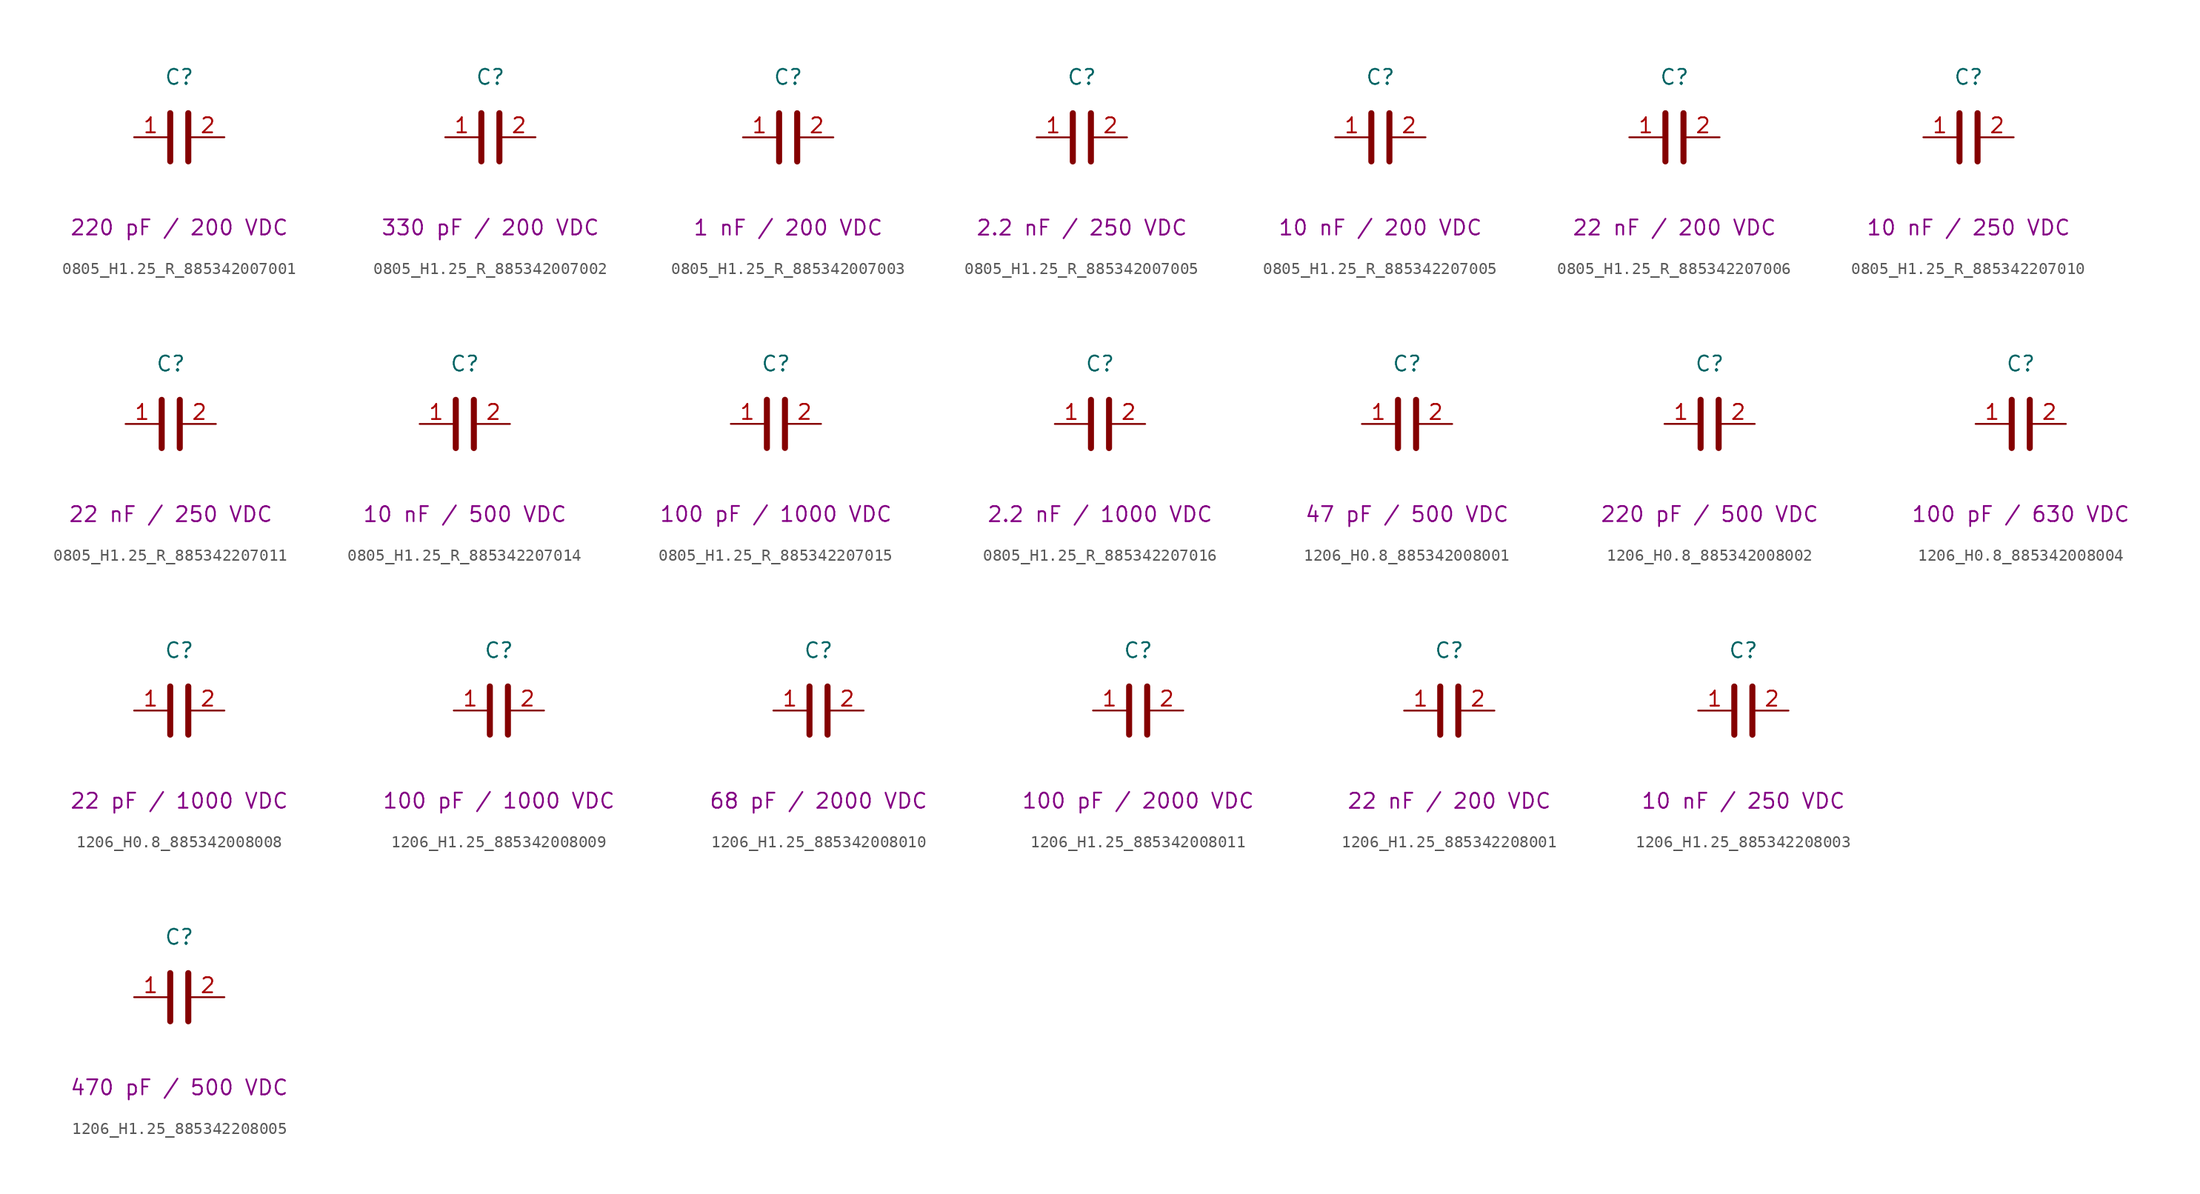
<source format=kicad_sym>
(kicad_symbol_lib
  (version 20220914)
  (generator kicad_symbol_editor)
  (symbol "0805_H1.25_R_885342007001"
    (pin_names hide)
    (property "Reference" "C"
      (at 0 5.08 0)
      (effects (font (size 1.27 1.27))))
    (property "Critical Parameter" "220 pF / 200 VDC"
      (at 0 -7.62 0)
      (effects (font (size 1.27 1.27))))
    (symbol "0805_H1.25_R_885342007001_0_1"
      (polyline (pts (xy -0.762 -2.032) (xy -0.762 2.032)) (stroke (width 0.508) (type default)) (fill (type none)))
      (polyline (pts (xy 0.762 -2.032) (xy 0.762 2.032)) (stroke (width 0.508) (type default)) (fill (type none))))
    (symbol "0805_H1.25_R_885342007001_1_1"
      (pin passive line (at -3.81 0 0) (length 2.794) (name "1" (effects (font (size 1.27 1.27)))) (number "1" (effects (font (size 1.27 1.27)))))
      (pin passive line (at 3.81 0 180) (length 2.794) (name "2" (effects (font (size 1.27 1.27)))) (number "2" (effects (font (size 1.27 1.27)))))))
  (symbol "0805_H1.25_R_885342007002"
    (pin_names hide)
    (property "Reference" "C"
      (at 0 5.08 0)
      (effects (font (size 1.27 1.27))))
    (property "Critical Parameter" "330 pF / 200 VDC"
      (at 0 -7.62 0)
      (effects (font (size 1.27 1.27))))
    (symbol "0805_H1.25_R_885342007002_0_1"
      (polyline (pts (xy -0.762 -2.032) (xy -0.762 2.032)) (stroke (width 0.508) (type default)) (fill (type none)))
      (polyline (pts (xy 0.762 -2.032) (xy 0.762 2.032)) (stroke (width 0.508) (type default)) (fill (type none))))
    (symbol "0805_H1.25_R_885342007002_1_1"
      (pin passive line (at -3.81 0 0) (length 2.794) (name "1" (effects (font (size 1.27 1.27)))) (number "1" (effects (font (size 1.27 1.27)))))
      (pin passive line (at 3.81 0 180) (length 2.794) (name "2" (effects (font (size 1.27 1.27)))) (number "2" (effects (font (size 1.27 1.27)))))))
  (symbol "0805_H1.25_R_885342007003"
    (pin_names hide)
    (property "Reference" "C"
      (at 0 5.08 0)
      (effects (font (size 1.27 1.27))))
    (property "Critical Parameter" "1 nF / 200 VDC"
      (at 0 -7.62 0)
      (effects (font (size 1.27 1.27))))
    (symbol "0805_H1.25_R_885342007003_0_1"
      (polyline (pts (xy -0.762 -2.032) (xy -0.762 2.032)) (stroke (width 0.508) (type default)) (fill (type none)))
      (polyline (pts (xy 0.762 -2.032) (xy 0.762 2.032)) (stroke (width 0.508) (type default)) (fill (type none))))
    (symbol "0805_H1.25_R_885342007003_1_1"
      (pin passive line (at -3.81 0 0) (length 2.794) (name "1" (effects (font (size 1.27 1.27)))) (number "1" (effects (font (size 1.27 1.27)))))
      (pin passive line (at 3.81 0 180) (length 2.794) (name "2" (effects (font (size 1.27 1.27)))) (number "2" (effects (font (size 1.27 1.27)))))))
  (symbol "0805_H1.25_R_885342007005"
    (pin_names hide)
    (property "Reference" "C"
      (at 0 5.08 0)
      (effects (font (size 1.27 1.27))))
    (property "Critical Parameter" "2.2 nF / 250 VDC"
      (at 0 -7.62 0)
      (effects (font (size 1.27 1.27))))
    (symbol "0805_H1.25_R_885342007005_0_1"
      (polyline (pts (xy -0.762 -2.032) (xy -0.762 2.032)) (stroke (width 0.508) (type default)) (fill (type none)))
      (polyline (pts (xy 0.762 -2.032) (xy 0.762 2.032)) (stroke (width 0.508) (type default)) (fill (type none))))
    (symbol "0805_H1.25_R_885342007005_1_1"
      (pin passive line (at -3.81 0 0) (length 2.794) (name "1" (effects (font (size 1.27 1.27)))) (number "1" (effects (font (size 1.27 1.27)))))
      (pin passive line (at 3.81 0 180) (length 2.794) (name "2" (effects (font (size 1.27 1.27)))) (number "2" (effects (font (size 1.27 1.27)))))))
  (symbol "0805_H1.25_R_885342207005"
    (pin_names hide)
    (property "Reference" "C"
      (at 0 5.08 0)
      (effects (font (size 1.27 1.27))))
    (property "Critical Parameter" "10 nF / 200 VDC"
      (at 0 -7.62 0)
      (effects (font (size 1.27 1.27))))
    (symbol "0805_H1.25_R_885342207005_0_1"
      (polyline (pts (xy -0.762 -2.032) (xy -0.762 2.032)) (stroke (width 0.508) (type default)) (fill (type none)))
      (polyline (pts (xy 0.762 -2.032) (xy 0.762 2.032)) (stroke (width 0.508) (type default)) (fill (type none))))
    (symbol "0805_H1.25_R_885342207005_1_1"
      (pin passive line (at -3.81 0 0) (length 2.794) (name "1" (effects (font (size 1.27 1.27)))) (number "1" (effects (font (size 1.27 1.27)))))
      (pin passive line (at 3.81 0 180) (length 2.794) (name "2" (effects (font (size 1.27 1.27)))) (number "2" (effects (font (size 1.27 1.27)))))))
  (symbol "0805_H1.25_R_885342207006"
    (pin_names hide)
    (property "Reference" "C"
      (at 0 5.08 0)
      (effects (font (size 1.27 1.27))))
    (property "Critical Parameter" "22 nF / 200 VDC"
      (at 0 -7.62 0)
      (effects (font (size 1.27 1.27))))
    (symbol "0805_H1.25_R_885342207006_0_1"
      (polyline (pts (xy -0.762 -2.032) (xy -0.762 2.032)) (stroke (width 0.508) (type default)) (fill (type none)))
      (polyline (pts (xy 0.762 -2.032) (xy 0.762 2.032)) (stroke (width 0.508) (type default)) (fill (type none))))
    (symbol "0805_H1.25_R_885342207006_1_1"
      (pin passive line (at -3.81 0 0) (length 2.794) (name "1" (effects (font (size 1.27 1.27)))) (number "1" (effects (font (size 1.27 1.27)))))
      (pin passive line (at 3.81 0 180) (length 2.794) (name "2" (effects (font (size 1.27 1.27)))) (number "2" (effects (font (size 1.27 1.27)))))))
  (symbol "0805_H1.25_R_885342207010"
    (pin_names hide)
    (property "Reference" "C"
      (at 0 5.08 0)
      (effects (font (size 1.27 1.27))))
    (property "Critical Parameter" "10 nF / 250 VDC"
      (at 0 -7.62 0)
      (effects (font (size 1.27 1.27))))
    (symbol "0805_H1.25_R_885342207010_0_1"
      (polyline (pts (xy -0.762 -2.032) (xy -0.762 2.032)) (stroke (width 0.508) (type default)) (fill (type none)))
      (polyline (pts (xy 0.762 -2.032) (xy 0.762 2.032)) (stroke (width 0.508) (type default)) (fill (type none))))
    (symbol "0805_H1.25_R_885342207010_1_1"
      (pin passive line (at -3.81 0 0) (length 2.794) (name "1" (effects (font (size 1.27 1.27)))) (number "1" (effects (font (size 1.27 1.27)))))
      (pin passive line (at 3.81 0 180) (length 2.794) (name "2" (effects (font (size 1.27 1.27)))) (number "2" (effects (font (size 1.27 1.27)))))))
  (symbol "0805_H1.25_R_885342207011"
    (pin_names hide)
    (property "Reference" "C"
      (at 0 5.08 0)
      (effects (font (size 1.27 1.27))))
    (property "Critical Parameter" "22 nF / 250 VDC"
      (at 0 -7.62 0)
      (effects (font (size 1.27 1.27))))
    (symbol "0805_H1.25_R_885342207011_0_1"
      (polyline (pts (xy -0.762 -2.032) (xy -0.762 2.032)) (stroke (width 0.508) (type default)) (fill (type none)))
      (polyline (pts (xy 0.762 -2.032) (xy 0.762 2.032)) (stroke (width 0.508) (type default)) (fill (type none))))
    (symbol "0805_H1.25_R_885342207011_1_1"
      (pin passive line (at -3.81 0 0) (length 2.794) (name "1" (effects (font (size 1.27 1.27)))) (number "1" (effects (font (size 1.27 1.27)))))
      (pin passive line (at 3.81 0 180) (length 2.794) (name "2" (effects (font (size 1.27 1.27)))) (number "2" (effects (font (size 1.27 1.27)))))))
  (symbol "0805_H1.25_R_885342207014"
    (pin_names hide)
    (property "Reference" "C"
      (at 0 5.08 0)
      (effects (font (size 1.27 1.27))))
    (property "Critical Parameter" "10 nF / 500 VDC"
      (at 0 -7.62 0)
      (effects (font (size 1.27 1.27))))
    (symbol "0805_H1.25_R_885342207014_0_1"
      (polyline (pts (xy -0.762 -2.032) (xy -0.762 2.032)) (stroke (width 0.508) (type default)) (fill (type none)))
      (polyline (pts (xy 0.762 -2.032) (xy 0.762 2.032)) (stroke (width 0.508) (type default)) (fill (type none))))
    (symbol "0805_H1.25_R_885342207014_1_1"
      (pin passive line (at -3.81 0 0) (length 2.794) (name "1" (effects (font (size 1.27 1.27)))) (number "1" (effects (font (size 1.27 1.27)))))
      (pin passive line (at 3.81 0 180) (length 2.794) (name "2" (effects (font (size 1.27 1.27)))) (number "2" (effects (font (size 1.27 1.27)))))))
  (symbol "0805_H1.25_R_885342207015"
    (pin_names hide)
    (property "Reference" "C"
      (at 0 5.08 0)
      (effects (font (size 1.27 1.27))))
    (property "Critical Parameter" "100 pF / 1000 VDC"
      (at 0 -7.62 0)
      (effects (font (size 1.27 1.27))))
    (symbol "0805_H1.25_R_885342207015_0_1"
      (polyline (pts (xy -0.762 -2.032) (xy -0.762 2.032)) (stroke (width 0.508) (type default)) (fill (type none)))
      (polyline (pts (xy 0.762 -2.032) (xy 0.762 2.032)) (stroke (width 0.508) (type default)) (fill (type none))))
    (symbol "0805_H1.25_R_885342207015_1_1"
      (pin passive line (at -3.81 0 0) (length 2.794) (name "1" (effects (font (size 1.27 1.27)))) (number "1" (effects (font (size 1.27 1.27)))))
      (pin passive line (at 3.81 0 180) (length 2.794) (name "2" (effects (font (size 1.27 1.27)))) (number "2" (effects (font (size 1.27 1.27)))))))
  (symbol "0805_H1.25_R_885342207016"
    (pin_names hide)
    (property "Reference" "C"
      (at 0 5.08 0)
      (effects (font (size 1.27 1.27))))
    (property "Critical Parameter" "2.2 nF / 1000 VDC"
      (at 0 -7.62 0)
      (effects (font (size 1.27 1.27))))
    (symbol "0805_H1.25_R_885342207016_0_1"
      (polyline (pts (xy -0.762 -2.032) (xy -0.762 2.032)) (stroke (width 0.508) (type default)) (fill (type none)))
      (polyline (pts (xy 0.762 -2.032) (xy 0.762 2.032)) (stroke (width 0.508) (type default)) (fill (type none))))
    (symbol "0805_H1.25_R_885342207016_1_1"
      (pin passive line (at -3.81 0 0) (length 2.794) (name "1" (effects (font (size 1.27 1.27)))) (number "1" (effects (font (size 1.27 1.27)))))
      (pin passive line (at 3.81 0 180) (length 2.794) (name "2" (effects (font (size 1.27 1.27)))) (number "2" (effects (font (size 1.27 1.27)))))))
  (symbol "1206_H0.8_885342008001"
    (pin_names hide)
    (property "Reference" "C"
      (at 0 5.08 0)
      (effects (font (size 1.27 1.27))))
    (property "Critical Parameter" "47 pF / 500 VDC"
      (at 0 -7.62 0)
      (effects (font (size 1.27 1.27))))
    (symbol "1206_H0.8_885342008001_0_1"
      (polyline (pts (xy -0.762 -2.032) (xy -0.762 2.032)) (stroke (width 0.508) (type default)) (fill (type none)))
      (polyline (pts (xy 0.762 -2.032) (xy 0.762 2.032)) (stroke (width 0.508) (type default)) (fill (type none))))
    (symbol "1206_H0.8_885342008001_1_1"
      (pin passive line (at -3.81 0 0) (length 2.794) (name "1" (effects (font (size 1.27 1.27)))) (number "1" (effects (font (size 1.27 1.27)))))
      (pin passive line (at 3.81 0 180) (length 2.794) (name "2" (effects (font (size 1.27 1.27)))) (number "2" (effects (font (size 1.27 1.27)))))))
  (symbol "1206_H0.8_885342008002"
    (pin_names hide)
    (property "Reference" "C"
      (at 0 5.08 0)
      (effects (font (size 1.27 1.27))))
    (property "Critical Parameter" "220 pF / 500 VDC"
      (at 0 -7.62 0)
      (effects (font (size 1.27 1.27))))
    (symbol "1206_H0.8_885342008002_0_1"
      (polyline (pts (xy -0.762 -2.032) (xy -0.762 2.032)) (stroke (width 0.508) (type default)) (fill (type none)))
      (polyline (pts (xy 0.762 -2.032) (xy 0.762 2.032)) (stroke (width 0.508) (type default)) (fill (type none))))
    (symbol "1206_H0.8_885342008002_1_1"
      (pin passive line (at -3.81 0 0) (length 2.794) (name "1" (effects (font (size 1.27 1.27)))) (number "1" (effects (font (size 1.27 1.27)))))
      (pin passive line (at 3.81 0 180) (length 2.794) (name "2" (effects (font (size 1.27 1.27)))) (number "2" (effects (font (size 1.27 1.27)))))))
  (symbol "1206_H0.8_885342008004"
    (pin_names hide)
    (property "Reference" "C"
      (at 0 5.08 0)
      (effects (font (size 1.27 1.27))))
    (property "Critical Parameter" "100 pF / 630 VDC"
      (at 0 -7.62 0)
      (effects (font (size 1.27 1.27))))
    (symbol "1206_H0.8_885342008004_0_1"
      (polyline (pts (xy -0.762 -2.032) (xy -0.762 2.032)) (stroke (width 0.508) (type default)) (fill (type none)))
      (polyline (pts (xy 0.762 -2.032) (xy 0.762 2.032)) (stroke (width 0.508) (type default)) (fill (type none))))
    (symbol "1206_H0.8_885342008004_1_1"
      (pin passive line (at -3.81 0 0) (length 2.794) (name "1" (effects (font (size 1.27 1.27)))) (number "1" (effects (font (size 1.27 1.27)))))
      (pin passive line (at 3.81 0 180) (length 2.794) (name "2" (effects (font (size 1.27 1.27)))) (number "2" (effects (font (size 1.27 1.27)))))))
  (symbol "1206_H0.8_885342008008"
    (pin_names hide)
    (property "Reference" "C"
      (at 0 5.08 0)
      (effects (font (size 1.27 1.27))))
    (property "Critical Parameter" "22 pF / 1000 VDC"
      (at 0 -7.62 0)
      (effects (font (size 1.27 1.27))))
    (symbol "1206_H0.8_885342008008_0_1"
      (polyline (pts (xy -0.762 -2.032) (xy -0.762 2.032)) (stroke (width 0.508) (type default)) (fill (type none)))
      (polyline (pts (xy 0.762 -2.032) (xy 0.762 2.032)) (stroke (width 0.508) (type default)) (fill (type none))))
    (symbol "1206_H0.8_885342008008_1_1"
      (pin passive line (at -3.81 0 0) (length 2.794) (name "1" (effects (font (size 1.27 1.27)))) (number "1" (effects (font (size 1.27 1.27)))))
      (pin passive line (at 3.81 0 180) (length 2.794) (name "2" (effects (font (size 1.27 1.27)))) (number "2" (effects (font (size 1.27 1.27)))))))
  (symbol "1206_H1.25_885342008009"
    (pin_names hide)
    (property "Reference" "C"
      (at 0 5.08 0)
      (effects (font (size 1.27 1.27))))
    (property "Critical Parameter" "100 pF / 1000 VDC"
      (at 0 -7.62 0)
      (effects (font (size 1.27 1.27))))
    (symbol "1206_H1.25_885342008009_0_1"
      (polyline (pts (xy -0.762 -2.032) (xy -0.762 2.032)) (stroke (width 0.508) (type default)) (fill (type none)))
      (polyline (pts (xy 0.762 -2.032) (xy 0.762 2.032)) (stroke (width 0.508) (type default)) (fill (type none))))
    (symbol "1206_H1.25_885342008009_1_1"
      (pin passive line (at -3.81 0 0) (length 2.794) (name "1" (effects (font (size 1.27 1.27)))) (number "1" (effects (font (size 1.27 1.27)))))
      (pin passive line (at 3.81 0 180) (length 2.794) (name "2" (effects (font (size 1.27 1.27)))) (number "2" (effects (font (size 1.27 1.27)))))))
  (symbol "1206_H1.25_885342008010"
    (pin_names hide)
    (property "Reference" "C"
      (at 0 5.08 0)
      (effects (font (size 1.27 1.27))))
    (property "Critical Parameter" "68 pF / 2000 VDC"
      (at 0 -7.62 0)
      (effects (font (size 1.27 1.27))))
    (symbol "1206_H1.25_885342008010_0_1"
      (polyline (pts (xy -0.762 -2.032) (xy -0.762 2.032)) (stroke (width 0.508) (type default)) (fill (type none)))
      (polyline (pts (xy 0.762 -2.032) (xy 0.762 2.032)) (stroke (width 0.508) (type default)) (fill (type none))))
    (symbol "1206_H1.25_885342008010_1_1"
      (pin passive line (at -3.81 0 0) (length 2.794) (name "1" (effects (font (size 1.27 1.27)))) (number "1" (effects (font (size 1.27 1.27)))))
      (pin passive line (at 3.81 0 180) (length 2.794) (name "2" (effects (font (size 1.27 1.27)))) (number "2" (effects (font (size 1.27 1.27)))))))
  (symbol "1206_H1.25_885342008011"
    (pin_names hide)
    (property "Reference" "C"
      (at 0 5.08 0)
      (effects (font (size 1.27 1.27))))
    (property "Critical Parameter" "100 pF / 2000 VDC"
      (at 0 -7.62 0)
      (effects (font (size 1.27 1.27))))
    (symbol "1206_H1.25_885342008011_0_1"
      (polyline (pts (xy -0.762 -2.032) (xy -0.762 2.032)) (stroke (width 0.508) (type default)) (fill (type none)))
      (polyline (pts (xy 0.762 -2.032) (xy 0.762 2.032)) (stroke (width 0.508) (type default)) (fill (type none))))
    (symbol "1206_H1.25_885342008011_1_1"
      (pin passive line (at -3.81 0 0) (length 2.794) (name "1" (effects (font (size 1.27 1.27)))) (number "1" (effects (font (size 1.27 1.27)))))
      (pin passive line (at 3.81 0 180) (length 2.794) (name "2" (effects (font (size 1.27 1.27)))) (number "2" (effects (font (size 1.27 1.27)))))))
  (symbol "1206_H1.25_885342208001"
    (pin_names hide)
    (property "Reference" "C"
      (at 0 5.08 0)
      (effects (font (size 1.27 1.27))))
    (property "Critical Parameter" "22 nF / 200 VDC"
      (at 0 -7.62 0)
      (effects (font (size 1.27 1.27))))
    (symbol "1206_H1.25_885342208001_0_1"
      (polyline (pts (xy -0.762 -2.032) (xy -0.762 2.032)) (stroke (width 0.508) (type default)) (fill (type none)))
      (polyline (pts (xy 0.762 -2.032) (xy 0.762 2.032)) (stroke (width 0.508) (type default)) (fill (type none))))
    (symbol "1206_H1.25_885342208001_1_1"
      (pin passive line (at -3.81 0 0) (length 2.794) (name "1" (effects (font (size 1.27 1.27)))) (number "1" (effects (font (size 1.27 1.27)))))
      (pin passive line (at 3.81 0 180) (length 2.794) (name "2" (effects (font (size 1.27 1.27)))) (number "2" (effects (font (size 1.27 1.27)))))))
  (symbol "1206_H1.25_885342208003"
    (pin_names hide)
    (property "Reference" "C"
      (at 0 5.08 0)
      (effects (font (size 1.27 1.27))))
    (property "Critical Parameter" "10 nF / 250 VDC"
      (at 0 -7.62 0)
      (effects (font (size 1.27 1.27))))
    (symbol "1206_H1.25_885342208003_0_1"
      (polyline (pts (xy -0.762 -2.032) (xy -0.762 2.032)) (stroke (width 0.508) (type default)) (fill (type none)))
      (polyline (pts (xy 0.762 -2.032) (xy 0.762 2.032)) (stroke (width 0.508) (type default)) (fill (type none))))
    (symbol "1206_H1.25_885342208003_1_1"
      (pin passive line (at -3.81 0 0) (length 2.794) (name "1" (effects (font (size 1.27 1.27)))) (number "1" (effects (font (size 1.27 1.27)))))
      (pin passive line (at 3.81 0 180) (length 2.794) (name "2" (effects (font (size 1.27 1.27)))) (number "2" (effects (font (size 1.27 1.27)))))))
  (symbol "1206_H1.25_885342208005"
    (pin_names hide)
    (property "Reference" "C"
      (at 0 5.08 0)
      (effects (font (size 1.27 1.27))))
    (property "Critical Parameter" "470 pF / 500 VDC"
      (at 0 -7.62 0)
      (effects (font (size 1.27 1.27))))
    (symbol "1206_H1.25_885342208005_0_1"
      (polyline (pts (xy -0.762 -2.032) (xy -0.762 2.032)) (stroke (width 0.508) (type default)) (fill (type none)))
      (polyline (pts (xy 0.762 -2.032) (xy 0.762 2.032)) (stroke (width 0.508) (type default)) (fill (type none))))
    (symbol "1206_H1.25_885342208005_1_1"
      (pin passive line (at -3.81 0 0) (length 2.794) (name "1" (effects (font (size 1.27 1.27)))) (number "1" (effects (font (size 1.27 1.27)))))
      (pin passive line (at 3.81 0 180) (length 2.794) (name "2" (effects (font (size 1.27 1.27)))) (number "2" (effects (font (size 1.27 1.27))))))))
</source>
